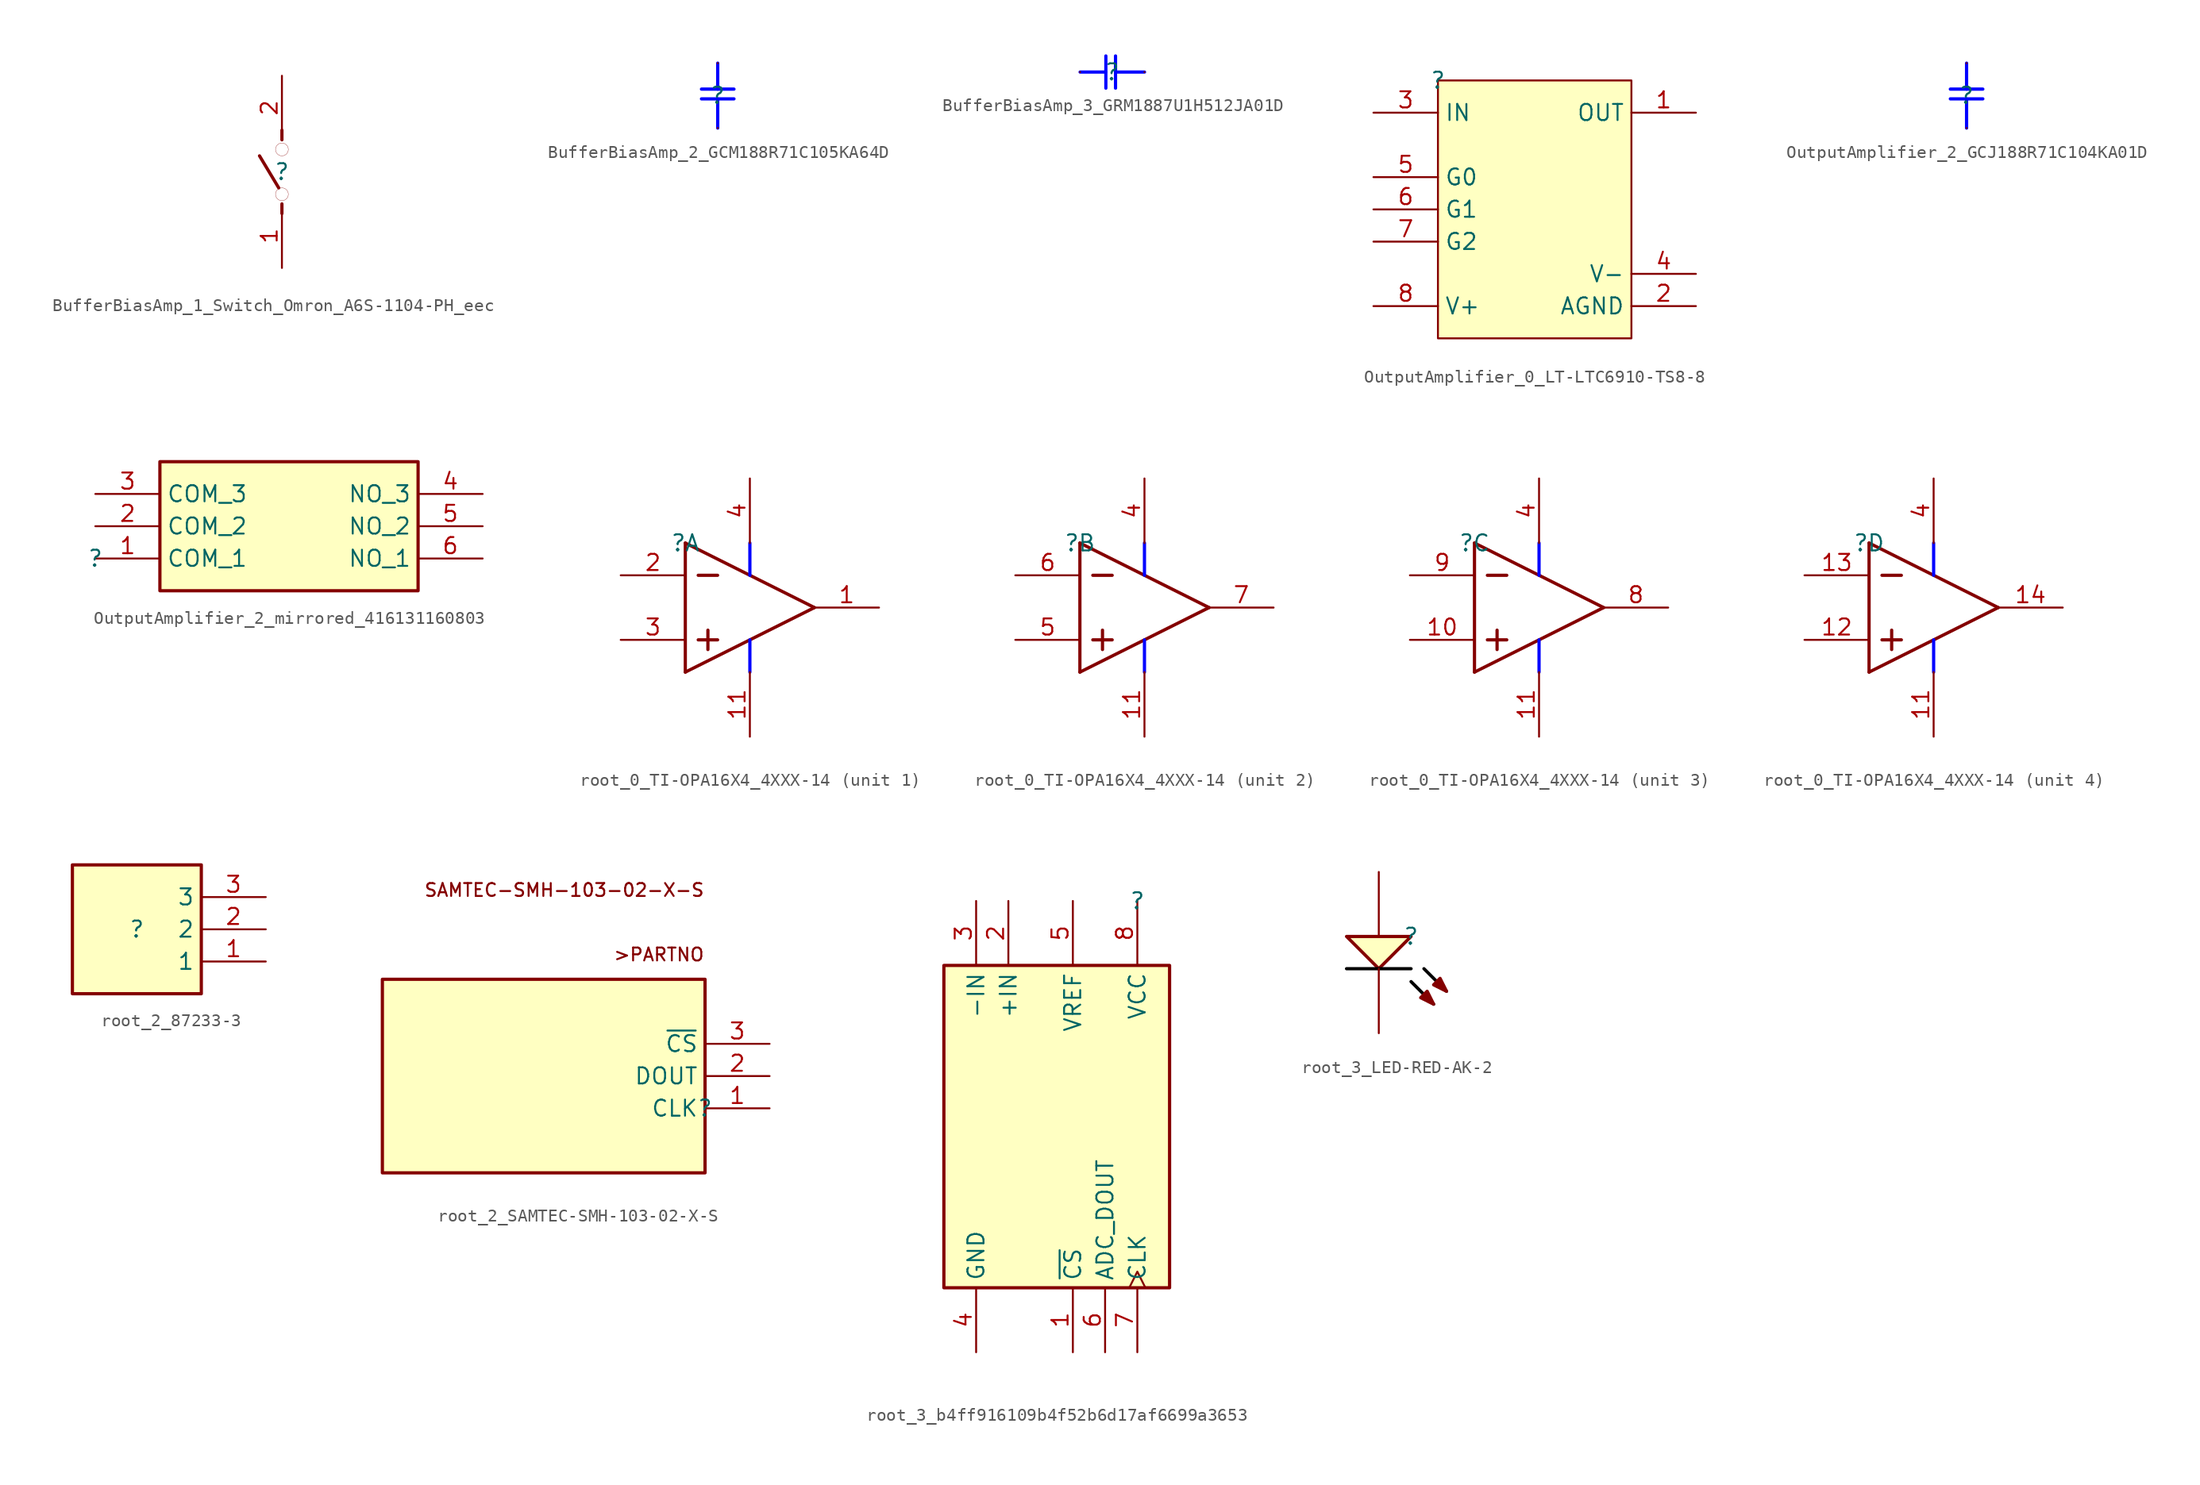
<source format=kicad_sym>
(kicad_symbol_lib
  (version 20220914)
  (generator kicad_symbol_editor)
  (symbol "BufferBiasAmp_1_Switch_Omron_A6S-1104-PH_eec"
    (property "Reference" ""
      (at 0 0 0)
      (effects (font (size 1.27 1.27))))
    (property "Value" ""
      (at 0 0 0)
      (effects (font (size 1.27 1.27))))
    (symbol "BufferBiasAmp_1_Switch_Omron_A6S-1104-PH_eec_1_0"
      (circle (center 0 -1.778) (radius 0.508) (stroke (width 0.0001) (type solid)) (fill (type none)))
      (polyline (pts (xy -0.254 -1.27) (xy -1.778 1.27)) (stroke (width 0.254) (type solid)) (fill (type none)))
      (polyline (pts (xy 0 -2.54) (xy 0 -3.302)) (stroke (width 0.254) (type solid)) (fill (type none)))
      (polyline (pts (xy 0 2.54) (xy 0 3.302)) (stroke (width 0.254) (type solid)) (fill (type none)))
      (circle (center 0 1.778) (radius 0.508) (stroke (width 0.0001) (type solid)) (fill (type none)))
      (pin passive line (at 0 -7.62 90) (length 5.08) (name "1" (effects (font (size 0 0)))) (number "1" (effects (font (size 1.27 1.27)))))
      (pin passive line (at 0 7.62 270) (length 5.08) (name "2" (effects (font (size 0 0)))) (number "2" (effects (font (size 1.27 1.27)))))))
  (symbol "BufferBiasAmp_2_GCM188R71C105KA64D"
    (property "Reference" ""
      (at 0 0 0)
      (effects (font (size 1.27 1.27))))
    (property "Value" ""
      (at 0 0 0)
      (effects (font (size 1.27 1.27))))
    (symbol "BufferBiasAmp_2_GCM188R71C105KA64D_1_0"
      (polyline (pts (xy 0 -0.254) (xy 0 -2.54)) (stroke (width 0.254) (type solid) (color 0 0 255 1)) (fill (type none)))
      (polyline (pts (xy 0 2.54) (xy 0 0.508)) (stroke (width 0.254) (type solid) (color 0 0 255 1)) (fill (type none)))
      (polyline (pts (xy 1.27 -0.254) (xy -1.27 -0.254)) (stroke (width 0.254) (type solid) (color 0 0 255 1)) (fill (type none)))
      (polyline (pts (xy 1.27 0.508) (xy -1.27 0.508)) (stroke (width 0.254) (type solid) (color 0 0 255 1)) (fill (type none)))
      (pin passive line (at 0 -2.54 90) (length 0) (name "1" (effects (font (size 0 0)))) (number "1" (effects (font (size 0 0)))))
      (pin passive line (at 0 2.54 270) (length 0) (name "2" (effects (font (size 0 0)))) (number "2" (effects (font (size 0 0)))))))
  (symbol "BufferBiasAmp_3_GRM1887U1H512JA01D"
    (property "Reference" ""
      (at 0 0 0)
      (effects (font (size 1.27 1.27))))
    (property "Value" ""
      (at 0 0 0)
      (effects (font (size 1.27 1.27))))
    (symbol "BufferBiasAmp_3_GRM1887U1H512JA01D_1_0"
      (polyline (pts (xy -2.54 0) (xy -0.508 0)) (stroke (width 0.254) (type solid) (color 0 0 255 1)) (fill (type none)))
      (polyline (pts (xy -0.508 1.27) (xy -0.508 -1.27)) (stroke (width 0.254) (type solid) (color 0 0 255 1)) (fill (type none)))
      (polyline (pts (xy 0.254 0) (xy 2.54 0)) (stroke (width 0.254) (type solid) (color 0 0 255 1)) (fill (type none)))
      (polyline (pts (xy 0.254 1.27) (xy 0.254 -1.27)) (stroke (width 0.254) (type solid) (color 0 0 255 1)) (fill (type none)))
      (pin passive line (at 2.54 0 180) (length 0) (name "1" (effects (font (size 0 0)))) (number "1" (effects (font (size 0 0)))))
      (pin passive line (at -2.54 0 0) (length 0) (name "2" (effects (font (size 0 0)))) (number "2" (effects (font (size 0 0)))))))
  (symbol "OutputAmplifier_0_LT-LTC6910-TS8-8"
    (property "Reference" ""
      (at 0 0 0)
      (effects (font (size 1.27 1.27))))
    (property "Value" ""
      (at 0 0 0)
      (effects (font (size 1.27 1.27))))
    (symbol "OutputAmplifier_0_LT-LTC6910-TS8-8_1_0"
      (rectangle (start 15.24 0) (end 0 -20.32) (stroke (width 0) (type solid)) (fill (type background)))
      (pin output line (at 20.32 -2.54 180) (length 5.08) (name "OUT" (effects (font (size 1.27 1.27)))) (number "1" (effects (font (size 1.27 1.27)))))
      (pin input line (at 20.32 -17.78 180) (length 5.08) (name "AGND" (effects (font (size 1.27 1.27)))) (number "2" (effects (font (size 1.27 1.27)))))
      (pin input line (at -5.08 -2.54 0) (length 5.08) (name "IN" (effects (font (size 1.27 1.27)))) (number "3" (effects (font (size 1.27 1.27)))))
      (pin power_in line (at 20.32 -15.24 180) (length 5.08) (name "V-" (effects (font (size 1.27 1.27)))) (number "4" (effects (font (size 1.27 1.27)))))
      (pin input line (at -5.08 -7.62 0) (length 5.08) (name "G0" (effects (font (size 1.27 1.27)))) (number "5" (effects (font (size 1.27 1.27)))))
      (pin input line (at -5.08 -10.16 0) (length 5.08) (name "G1" (effects (font (size 1.27 1.27)))) (number "6" (effects (font (size 1.27 1.27)))))
      (pin input line (at -5.08 -12.7 0) (length 5.08) (name "G2" (effects (font (size 1.27 1.27)))) (number "7" (effects (font (size 1.27 1.27)))))
      (pin power_in line (at -5.08 -17.78 0) (length 5.08) (name "V+" (effects (font (size 1.27 1.27)))) (number "8" (effects (font (size 1.27 1.27)))))))
  (symbol "OutputAmplifier_2_GCJ188R71C104KA01D"
    (property "Reference" ""
      (at 0 0 0)
      (effects (font (size 1.27 1.27))))
    (property "Value" ""
      (at 0 0 0)
      (effects (font (size 1.27 1.27))))
    (symbol "OutputAmplifier_2_GCJ188R71C104KA01D_1_0"
      (polyline (pts (xy 0 -0.254) (xy 0 -2.54)) (stroke (width 0.254) (type solid) (color 0 0 255 1)) (fill (type none)))
      (polyline (pts (xy 0 2.54) (xy 0 0.508)) (stroke (width 0.254) (type solid) (color 0 0 255 1)) (fill (type none)))
      (polyline (pts (xy 1.27 -0.254) (xy -1.27 -0.254)) (stroke (width 0.254) (type solid) (color 0 0 255 1)) (fill (type none)))
      (polyline (pts (xy 1.27 0.508) (xy -1.27 0.508)) (stroke (width 0.254) (type solid) (color 0 0 255 1)) (fill (type none)))
      (pin passive line (at 0 -2.54 90) (length 0) (name "1" (effects (font (size 0 0)))) (number "1" (effects (font (size 0 0)))))
      (pin passive line (at 0 2.54 270) (length 0) (name "2" (effects (font (size 0 0)))) (number "2" (effects (font (size 0 0)))))))
  (symbol "OutputAmplifier_2_mirrored_416131160803"
    (property "Reference" ""
      (at 0 0 0)
      (effects (font (size 1.27 1.27))))
    (property "Value" ""
      (at 0 0 0)
      (effects (font (size 1.27 1.27))))
    (symbol "OutputAmplifier_2_mirrored_416131160803_1_0"
      (rectangle (start 25.4 7.62) (end 5.08 -2.54) (stroke (width 0.254) (type solid)) (fill (type background)))
      (pin input line (at 0 0 0) (length 5.08) (name "COM_1" (effects (font (size 1.27 1.27)))) (number "1" (effects (font (size 1.27 1.27)))))
      (pin input line (at 0 2.54 0) (length 5.08) (name "COM_2" (effects (font (size 1.27 1.27)))) (number "2" (effects (font (size 1.27 1.27)))))
      (pin input line (at 0 5.08 0) (length 5.08) (name "COM_3" (effects (font (size 1.27 1.27)))) (number "3" (effects (font (size 1.27 1.27)))))
      (pin output line (at 30.48 5.08 180) (length 5.08) (name "NO_3" (effects (font (size 1.27 1.27)))) (number "4" (effects (font (size 1.27 1.27)))))
      (pin output line (at 30.48 2.54 180) (length 5.08) (name "NO_2" (effects (font (size 1.27 1.27)))) (number "5" (effects (font (size 1.27 1.27)))))
      (pin output line (at 30.48 0 180) (length 5.08) (name "NO_1" (effects (font (size 1.27 1.27)))) (number "6" (effects (font (size 1.27 1.27)))))))
  (symbol "root_0_TI-OPA16X4_4XXX-14"
    (property "Reference" ""
      (at 0 0 0)
      (effects (font (size 1.27 1.27))))
    (property "Value" ""
      (at 0 0 0)
      (effects (font (size 1.27 1.27))))
    (symbol "root_0_TI-OPA16X4_4XXX-14_0_0"
      (pin power_in line (at 5.08 -15.24 90) (length 5.08) (name "V-" (effects (font (size 0 0)))) (number "11" (effects (font (size 1.27 1.27)))))
      (pin power_in line (at 5.08 5.08 270) (length 5.08) (name "V+" (effects (font (size 0 0)))) (number "4" (effects (font (size 1.27 1.27))))))
    (symbol "root_0_TI-OPA16X4_4XXX-14_1_0"
      (polyline (pts (xy 0 -10.16) (xy 10.16 -5.08)) (stroke (width 0.254) (type solid)) (fill (type none)))
      (polyline (pts (xy 0 0) (xy 0 -10.16)) (stroke (width 0.254) (type solid)) (fill (type none)))
      (polyline (pts (xy 0 0) (xy 10.16 -5.08)) (stroke (width 0.254) (type solid)) (fill (type none)))
      (polyline (pts (xy 1.016 -7.62) (xy 2.54 -7.62)) (stroke (width 0.254) (type solid)) (fill (type none)))
      (polyline (pts (xy 1.016 -2.54) (xy 2.54 -2.54)) (stroke (width 0.254) (type solid)) (fill (type none)))
      (polyline (pts (xy 1.778 -6.858) (xy 1.778 -8.382)) (stroke (width 0.254) (type solid)) (fill (type none)))
      (polyline (pts (xy 5.08 -7.62) (xy 5.08 -10.16)) (stroke (width 0.254) (type solid) (color 0 0 255 1)) (fill (type none)))
      (polyline (pts (xy 5.08 0) (xy 5.08 -2.54)) (stroke (width 0.254) (type solid) (color 0 0 255 1)) (fill (type none)))
      (pin output line (at 15.24 -5.08 180) (length 5.08) (name "OUT_A" (effects (font (size 0 0)))) (number "1" (effects (font (size 1.27 1.27)))))
      (pin input line (at -5.08 -2.54 0) (length 5.08) (name "IN_A-" (effects (font (size 0 0)))) (number "2" (effects (font (size 1.27 1.27)))))
      (pin input line (at -5.08 -7.62 0) (length 5.08) (name "IN_A+" (effects (font (size 0 0)))) (number "3" (effects (font (size 1.27 1.27))))))
    (symbol "root_0_TI-OPA16X4_4XXX-14_2_0"
      (polyline (pts (xy 0 -10.16) (xy 10.16 -5.08)) (stroke (width 0.254) (type solid)) (fill (type none)))
      (polyline (pts (xy 0 0) (xy 0 -10.16)) (stroke (width 0.254) (type solid)) (fill (type none)))
      (polyline (pts (xy 0 0) (xy 10.16 -5.08)) (stroke (width 0.254) (type solid)) (fill (type none)))
      (polyline (pts (xy 1.016 -7.62) (xy 2.54 -7.62)) (stroke (width 0.254) (type solid)) (fill (type none)))
      (polyline (pts (xy 1.016 -2.54) (xy 2.54 -2.54)) (stroke (width 0.254) (type solid)) (fill (type none)))
      (polyline (pts (xy 1.778 -6.858) (xy 1.778 -8.382)) (stroke (width 0.254) (type solid)) (fill (type none)))
      (polyline (pts (xy 5.08 -7.62) (xy 5.08 -10.16)) (stroke (width 0.254) (type solid) (color 0 0 255 1)) (fill (type none)))
      (polyline (pts (xy 5.08 0) (xy 5.08 -2.54)) (stroke (width 0.254) (type solid) (color 0 0 255 1)) (fill (type none)))
      (pin input line (at -5.08 -7.62 0) (length 5.08) (name "IN_B+" (effects (font (size 0 0)))) (number "5" (effects (font (size 1.27 1.27)))))
      (pin input line (at -5.08 -2.54 0) (length 5.08) (name "IN_B-" (effects (font (size 0 0)))) (number "6" (effects (font (size 1.27 1.27)))))
      (pin output line (at 15.24 -5.08 180) (length 5.08) (name "OUT_B" (effects (font (size 0 0)))) (number "7" (effects (font (size 1.27 1.27))))))
    (symbol "root_0_TI-OPA16X4_4XXX-14_3_0"
      (polyline (pts (xy 0 -10.16) (xy 10.16 -5.08)) (stroke (width 0.254) (type solid)) (fill (type none)))
      (polyline (pts (xy 0 0) (xy 0 -10.16)) (stroke (width 0.254) (type solid)) (fill (type none)))
      (polyline (pts (xy 0 0) (xy 10.16 -5.08)) (stroke (width 0.254) (type solid)) (fill (type none)))
      (polyline (pts (xy 1.016 -7.62) (xy 2.54 -7.62)) (stroke (width 0.254) (type solid)) (fill (type none)))
      (polyline (pts (xy 1.016 -2.54) (xy 2.54 -2.54)) (stroke (width 0.254) (type solid)) (fill (type none)))
      (polyline (pts (xy 1.778 -6.858) (xy 1.778 -8.382)) (stroke (width 0.254) (type solid)) (fill (type none)))
      (polyline (pts (xy 5.08 -7.62) (xy 5.08 -10.16)) (stroke (width 0.254) (type solid) (color 0 0 255 1)) (fill (type none)))
      (polyline (pts (xy 5.08 0) (xy 5.08 -2.54)) (stroke (width 0.254) (type solid) (color 0 0 255 1)) (fill (type none)))
      (pin input line (at -5.08 -7.62 0) (length 5.08) (name "IN_C+" (effects (font (size 0 0)))) (number "10" (effects (font (size 1.27 1.27)))))
      (pin output line (at 15.24 -5.08 180) (length 5.08) (name "OUT_C" (effects (font (size 0 0)))) (number "8" (effects (font (size 1.27 1.27)))))
      (pin input line (at -5.08 -2.54 0) (length 5.08) (name "IN_C-" (effects (font (size 0 0)))) (number "9" (effects (font (size 1.27 1.27))))))
    (symbol "root_0_TI-OPA16X4_4XXX-14_4_0"
      (polyline (pts (xy 0 -10.16) (xy 10.16 -5.08)) (stroke (width 0.254) (type solid)) (fill (type none)))
      (polyline (pts (xy 0 0) (xy 0 -10.16)) (stroke (width 0.254) (type solid)) (fill (type none)))
      (polyline (pts (xy 0 0) (xy 10.16 -5.08)) (stroke (width 0.254) (type solid)) (fill (type none)))
      (polyline (pts (xy 1.016 -7.62) (xy 2.54 -7.62)) (stroke (width 0.254) (type solid)) (fill (type none)))
      (polyline (pts (xy 1.016 -2.54) (xy 2.54 -2.54)) (stroke (width 0.254) (type solid)) (fill (type none)))
      (polyline (pts (xy 1.778 -6.858) (xy 1.778 -8.382)) (stroke (width 0.254) (type solid)) (fill (type none)))
      (polyline (pts (xy 5.08 -7.62) (xy 5.08 -10.16)) (stroke (width 0.254) (type solid) (color 0 0 255 1)) (fill (type none)))
      (polyline (pts (xy 5.08 0) (xy 5.08 -2.54)) (stroke (width 0.254) (type solid) (color 0 0 255 1)) (fill (type none)))
      (pin input line (at -5.08 -7.62 0) (length 5.08) (name "IN_D+" (effects (font (size 0 0)))) (number "12" (effects (font (size 1.27 1.27)))))
      (pin input line (at -5.08 -2.54 0) (length 5.08) (name "IN_D-" (effects (font (size 0 0)))) (number "13" (effects (font (size 1.27 1.27)))))
      (pin output line (at 15.24 -5.08 180) (length 5.08) (name "OUT_D" (effects (font (size 0 0)))) (number "14" (effects (font (size 1.27 1.27)))))))
  (symbol "root_2_87233-3"
    (property "Reference" ""
      (at 0 0 0)
      (effects (font (size 1.27 1.27))))
    (property "Value" ""
      (at 0 0 0)
      (effects (font (size 1.27 1.27))))
    (symbol "root_2_87233-3_1_0"
      (rectangle (start 5.08 5.08) (end -5.08 -5.08) (stroke (width 0.254) (type solid)) (fill (type background)))
      (pin power_in line (at 10.16 -2.54 180) (length 5.08) (name "1" (effects (font (size 1.27 1.27)))) (number "1" (effects (font (size 1.27 1.27)))))
      (pin power_in line (at 10.16 0 180) (length 5.08) (name "2" (effects (font (size 1.27 1.27)))) (number "2" (effects (font (size 1.27 1.27)))))
      (pin power_in line (at 10.16 2.54 180) (length 5.08) (name "3" (effects (font (size 1.27 1.27)))) (number "3" (effects (font (size 1.27 1.27)))))))
  (symbol "root_2_SAMTEC-SMH-103-02-X-S"
    (property "Reference" ""
      (at 0 0 0)
      (effects (font (size 1.27 1.27))))
    (property "Value" ""
      (at 0 0 0)
      (effects (font (size 1.27 1.27))))
    (symbol "root_2_SAMTEC-SMH-103-02-X-S_1_0"
      (rectangle (start 0 10.16) (end -25.4 -5.08) (stroke (width 0.254) (type solid)) (fill (type background)))
      (text ">PARTNO" (at 0 12.7 0) (effects (font (size 1.016 1.016)) (justify right top)))
      (text "SAMTEC-SMH-103-02-X-S" (at 0 17.78 0) (effects (font (size 1.016 1.016)) (justify right top)))
      (pin output line (at 5.08 0 180) (length 5.08) (name "CLK" (effects (font (size 1.27 1.27)))) (number "1" (effects (font (size 1.27 1.27)))))
      (pin input line (at 5.08 2.54 180) (length 5.08) (name "DOUT" (effects (font (size 1.27 1.27)))) (number "2" (effects (font (size 1.27 1.27)))))
      (pin output line (at 5.08 5.08 180) (length 5.08) (name "~{CS}" (effects (font (size 1.27 1.27)))) (number "3" (effects (font (size 1.27 1.27)))))))
  (symbol "root_3_b4ff916109b4f52b6d17af6699a3653"
    (property "Reference" ""
      (at 0 0 0)
      (effects (font (size 1.27 1.27))))
    (property "Value" ""
      (at 0 0 0)
      (effects (font (size 1.27 1.27))))
    (symbol "root_3_b4ff916109b4f52b6d17af6699a3653_1_0"
      (rectangle (start 2.54 -5.08) (end -15.24 -30.48) (stroke (width 0.254) (type solid)) (fill (type background)))
      (pin input line (at -5.08 -35.56 90) (length 5.08) (name "~{CS}" (effects (font (size 1.27 1.27)))) (number "1" (effects (font (size 1.27 1.27)))))
      (pin passive line (at -10.16 0 270) (length 5.08) (name "+IN" (effects (font (size 1.27 1.27)))) (number "2" (effects (font (size 1.27 1.27)))))
      (pin passive line (at -12.7 0 270) (length 5.08) (name "-IN" (effects (font (size 1.27 1.27)))) (number "3" (effects (font (size 1.27 1.27)))))
      (pin power_in line (at -12.7 -35.56 90) (length 5.08) (name "GND" (effects (font (size 1.27 1.27)))) (number "4" (effects (font (size 1.27 1.27)))))
      (pin passive line (at -5.08 0 270) (length 5.08) (name "VREF" (effects (font (size 1.27 1.27)))) (number "5" (effects (font (size 1.27 1.27)))))
      (pin output line (at -2.54 -35.56 90) (length 5.08) (name "ADC_DOUT" (effects (font (size 1.27 1.27)))) (number "6" (effects (font (size 1.27 1.27)))))
      (pin input clock (at 0 -35.56 90) (length 5.08) (name "CLK" (effects (font (size 1.27 1.27)))) (number "7" (effects (font (size 1.27 1.27)))))
      (pin power_in line (at 0 0 270) (length 5.08) (name "VCC" (effects (font (size 1.27 1.27)))) (number "8" (effects (font (size 1.27 1.27)))))))
  (symbol "root_3_LED-RED-AK-2"
    (property "Reference" ""
      (at 0 0 0)
      (effects (font (size 1.27 1.27))))
    (property "Value" ""
      (at 0 0 0)
      (effects (font (size 1.27 1.27))))
    (symbol "root_3_LED-RED-AK-2_1_0"
      (polyline (pts (xy 0 -3.556) (xy 1.778 -5.334)) (stroke (width 0.254) (type solid) (color 0 0 0 1)) (fill (type none)))
      (polyline (pts (xy 0 -2.54) (xy -5.08 -2.54)) (stroke (width 0.254) (type solid) (color 0 0 0 1)) (fill (type none)))
      (polyline (pts (xy 1.016 -2.54) (xy 2.794 -4.318)) (stroke (width 0.254) (type solid) (color 0 0 0 1)) (fill (type none)))
      (polyline (pts (xy -5.08 0) (xy -2.54 -2.54) (xy 0 0) (xy -5.08 0)) (stroke (width 0.254) (type solid)) (fill (type background)))
      (polyline (pts (xy 1.778 -5.334) (xy 1.27 -4.318) (xy 0.762 -4.826) (xy 1.778 -5.334)) (stroke (width 0.254) (type solid)) (fill (type outline)))
      (polyline (pts (xy 2.794 -4.318) (xy 2.286 -3.302) (xy 1.778 -3.81) (xy 2.794 -4.318)) (stroke (width 0.254) (type solid)) (fill (type outline)))
      (pin passive line (at -2.54 5.08 270) (length 5.08) (name "A" (effects (font (size 0 0)))) (number "1" (effects (font (size 0 0)))))
      (pin passive line (at -2.54 -7.62 90) (length 5.08) (name "K" (effects (font (size 0 0)))) (number "2" (effects (font (size 0 0))))))))
</source>
